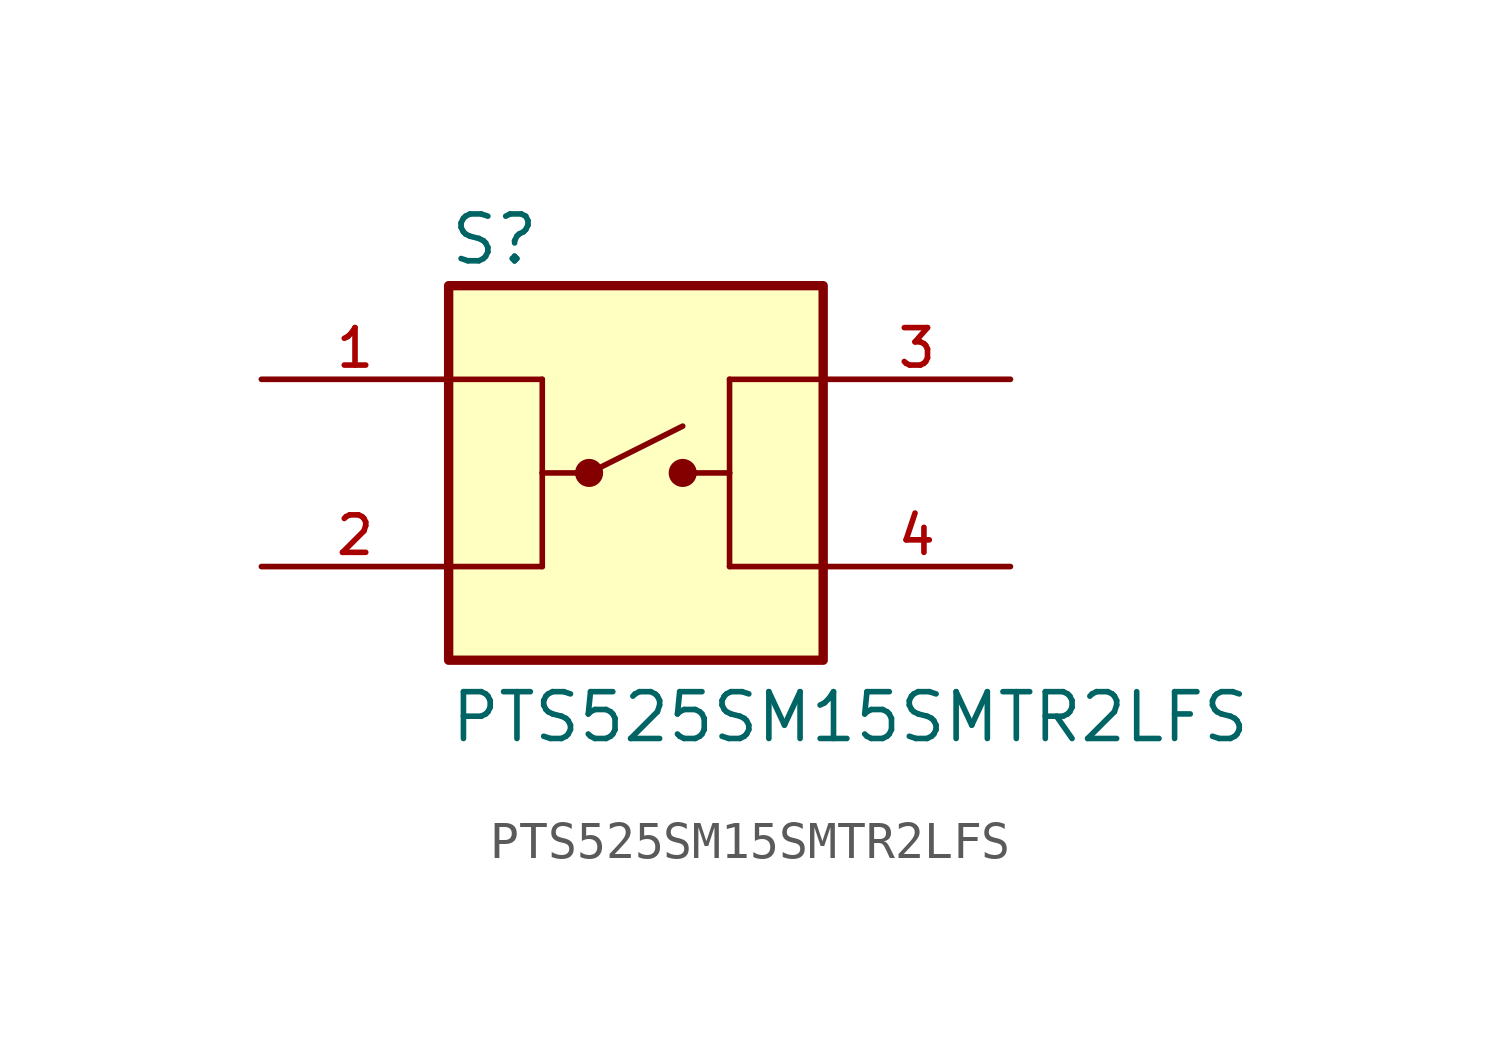
<source format=kicad_sym>
(kicad_symbol_lib
  (version 20211014)
  (generator kicad_symbol_editor)
  (symbol "PTS525SM15SMTR2LFS"
    (pin_names
      (offset 1.016))
    (property "Reference" "S"
      (at -5.084 5.592 0)
      (effects (font (size 1.27 1.27)) (justify left bottom)))
    (property "Value" "PTS525SM15SMTR2LFS"
      (at -5.081 -7.367 0)
      (effects (font (size 1.27 1.27)) (justify left bottom)))
    (symbol "PTS525SM15SMTR2LFS_0_0"
      (rectangle (start -5.08 -5.08) (end 5.08 5.08) (stroke (width 0.254) (type default) (color 0 0 0 0)) (fill (type background)))
      (circle (center -1.27 0) (radius 0.191) (stroke (width 0.381) (type default) (color 0 0 0 0)) (fill (type none)))
      (polyline (pts (xy -5.08 2.54) (xy -2.54 2.54)) (stroke (width 0.152) (type default) (color 0 0 0 0)) (fill (type none)))
      (polyline (pts (xy -2.54 -2.54) (xy -5.08 -2.54)) (stroke (width 0.152) (type default) (color 0 0 0 0)) (fill (type none)))
      (polyline (pts (xy -2.54 0) (xy -2.54 -2.54)) (stroke (width 0.152) (type default) (color 0 0 0 0)) (fill (type none)))
      (polyline (pts (xy -2.54 0) (xy -1.27 0)) (stroke (width 0.152) (type default) (color 0 0 0 0)) (fill (type none)))
      (polyline (pts (xy -2.54 2.54) (xy -2.54 0)) (stroke (width 0.152) (type default) (color 0 0 0 0)) (fill (type none)))
      (polyline (pts (xy -1.27 0) (xy 1.27 1.27)) (stroke (width 0.152) (type default) (color 0 0 0 0)) (fill (type none)))
      (polyline (pts (xy 1.27 0) (xy 2.54 0)) (stroke (width 0.152) (type default) (color 0 0 0 0)) (fill (type none)))
      (polyline (pts (xy 2.54 -2.54) (xy 5.08 -2.54)) (stroke (width 0.152) (type default) (color 0 0 0 0)) (fill (type none)))
      (polyline (pts (xy 2.54 0) (xy 2.54 -2.54)) (stroke (width 0.152) (type default) (color 0 0 0 0)) (fill (type none)))
      (polyline (pts (xy 2.54 2.54) (xy 2.54 0)) (stroke (width 0.152) (type default) (color 0 0 0 0)) (fill (type none)))
      (polyline (pts (xy 5.08 2.54) (xy 2.54 2.54)) (stroke (width 0.152) (type default) (color 0 0 0 0)) (fill (type none)))
      (circle (center 1.27 0) (radius 0.191) (stroke (width 0.381) (type default) (color 0 0 0 0)) (fill (type none)))
      (pin passive line (at -10.16 2.54 0) (length 5.08) (name "~" (effects (font (size 1.016 1.016)))) (number "1" (effects (font (size 1.016 1.016)))))
      (pin passive line (at -10.16 -2.54 0) (length 5.08) (name "~" (effects (font (size 1.016 1.016)))) (number "2" (effects (font (size 1.016 1.016)))))
      (pin passive line (at 10.16 2.54 180) (length 5.08) (name "~" (effects (font (size 1.016 1.016)))) (number "3" (effects (font (size 1.016 1.016)))))
      (pin passive line (at 10.16 -2.54 180) (length 5.08) (name "~" (effects (font (size 1.016 1.016)))) (number "4" (effects (font (size 1.016 1.016))))))))
</source>
